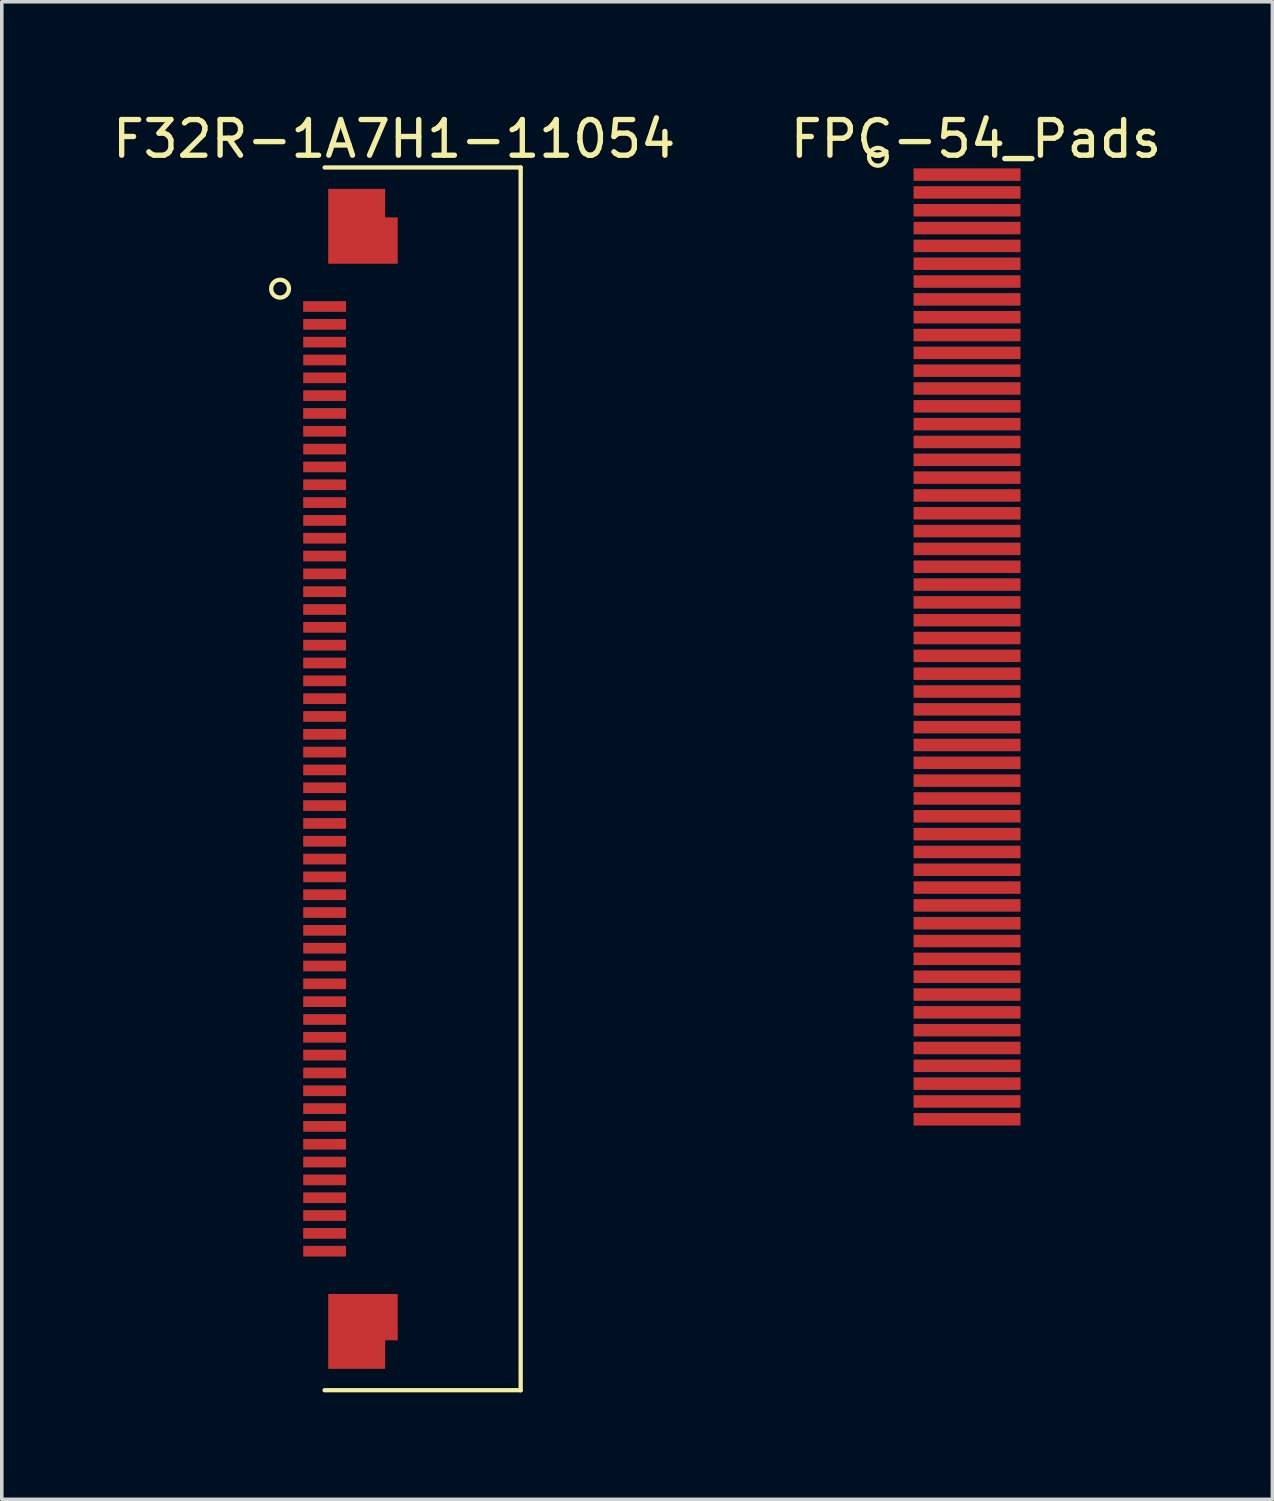
<source format=kicad_pcb>
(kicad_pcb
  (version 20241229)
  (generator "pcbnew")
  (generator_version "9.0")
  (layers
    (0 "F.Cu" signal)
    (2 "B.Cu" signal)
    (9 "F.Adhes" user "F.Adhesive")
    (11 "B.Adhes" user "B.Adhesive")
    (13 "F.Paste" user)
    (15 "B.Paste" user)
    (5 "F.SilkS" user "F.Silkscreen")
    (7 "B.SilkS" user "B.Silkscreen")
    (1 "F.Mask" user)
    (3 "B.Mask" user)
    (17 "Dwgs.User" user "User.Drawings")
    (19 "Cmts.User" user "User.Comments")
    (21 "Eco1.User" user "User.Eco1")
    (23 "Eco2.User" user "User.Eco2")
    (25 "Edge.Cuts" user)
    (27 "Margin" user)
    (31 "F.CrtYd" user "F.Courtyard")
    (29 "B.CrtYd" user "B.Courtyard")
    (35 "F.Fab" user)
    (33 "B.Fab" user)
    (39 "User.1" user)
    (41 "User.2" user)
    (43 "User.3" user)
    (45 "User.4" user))
  (footprint "F32R-1A7H1-11054"
    (layer "F.Cu")
    (at 7.556 18.798)
    (property "Reference" "F32R-1A7H1-11054" (at 0.45 -17.95 0) (layer "F.SilkS") (effects (font (size 1 1) (thickness 0.15))))
    (attr through_hole)
    (fp_line (start -1.5 -17.15) (end 4 -17.15) (stroke (width 0.12) (type solid)) (layer "F.SilkS"))
    (fp_line (start 4 -17.15) (end 4 17.15) (stroke (width 0.12) (type solid)) (layer "F.SilkS"))
    (fp_line (start 4 17.15) (end -1.5 17.15) (stroke (width 0.12) (type solid)) (layer "F.SilkS"))
    (fp_circle (center -2.75 -13.75) (end -2.5 -13.75) (stroke (width 0.12) (type solid)) (fill no) (layer "F.SilkS"))
    (pad "" smd custom (at -0.475 -15.5) (size 0.5 2.1) (layers "F.Cu" "F.Mask" "F.Paste") (options (anchor rect)) (primitives (gr_poly (pts (xy 0.675 -0.25) (xy 1.025 -0.25) (xy 1.025 1.05) (xy -0.925 1.05) (xy -0.925 -1.05) (xy 0.675 -1.05)) (width 0) (fill yes))))
    (pad "" smd custom (at -0.475 15.5 180) (size 0.5 2.1) (layers "F.Cu" "F.Mask" "F.Paste") (options (anchor rect)) (primitives (gr_poly (pts (xy -0.675 -0.25) (xy -1.025 -0.25) (xy -1.025 1.05) (xy 0.925 1.05) (xy 0.925 -1.05) (xy -0.675 -1.05)) (width 0) (fill yes))))
    (pad "1" smd rect (at -1.5 -13.25) (size 1.2 0.3) (layers "F.Cu" "F.Mask" "F.Paste"))
    (pad "2" smd rect (at -1.5 -12.75) (size 1.2 0.3) (layers "F.Cu" "F.Mask" "F.Paste"))
    (pad "3" smd rect (at -1.5 -12.25) (size 1.2 0.3) (layers "F.Cu" "F.Mask" "F.Paste"))
    (pad "4" smd rect (at -1.5 -11.75) (size 1.2 0.3) (layers "F.Cu" "F.Mask" "F.Paste"))
    (pad "5" smd rect (at -1.5 -11.25) (size 1.2 0.3) (layers "F.Cu" "F.Mask" "F.Paste"))
    (pad "6" smd rect (at -1.5 -10.75) (size 1.2 0.3) (layers "F.Cu" "F.Mask" "F.Paste"))
    (pad "7" smd rect (at -1.5 -10.25) (size 1.2 0.3) (layers "F.Cu" "F.Mask" "F.Paste"))
    (pad "8" smd rect (at -1.5 -9.75) (size 1.2 0.3) (layers "F.Cu" "F.Mask" "F.Paste"))
    (pad "9" smd rect (at -1.5 -9.25) (size 1.2 0.3) (layers "F.Cu" "F.Mask" "F.Paste"))
    (pad "10" smd rect (at -1.5 -8.75) (size 1.2 0.3) (layers "F.Cu" "F.Mask" "F.Paste"))
    (pad "11" smd rect (at -1.5 -8.25) (size 1.2 0.3) (layers "F.Cu" "F.Mask" "F.Paste"))
    (pad "12" smd rect (at -1.5 -7.75) (size 1.2 0.3) (layers "F.Cu" "F.Mask" "F.Paste"))
    (pad "13" smd rect (at -1.5 -7.25) (size 1.2 0.3) (layers "F.Cu" "F.Mask" "F.Paste"))
    (pad "14" smd rect (at -1.5 -6.75) (size 1.2 0.3) (layers "F.Cu" "F.Mask" "F.Paste"))
    (pad "15" smd rect (at -1.5 -6.25) (size 1.2 0.3) (layers "F.Cu" "F.Mask" "F.Paste"))
    (pad "16" smd rect (at -1.5 -5.75) (size 1.2 0.3) (layers "F.Cu" "F.Mask" "F.Paste"))
    (pad "17" smd rect (at -1.5 -5.25) (size 1.2 0.3) (layers "F.Cu" "F.Mask" "F.Paste"))
    (pad "18" smd rect (at -1.5 -4.75) (size 1.2 0.3) (layers "F.Cu" "F.Mask" "F.Paste"))
    (pad "19" smd rect (at -1.5 -4.25) (size 1.2 0.3) (layers "F.Cu" "F.Mask" "F.Paste"))
    (pad "20" smd rect (at -1.5 -3.75) (size 1.2 0.3) (layers "F.Cu" "F.Mask" "F.Paste"))
    (pad "21" smd rect (at -1.5 -3.25) (size 1.2 0.3) (layers "F.Cu" "F.Mask" "F.Paste"))
    (pad "22" smd rect (at -1.5 -2.75) (size 1.2 0.3) (layers "F.Cu" "F.Mask" "F.Paste"))
    (pad "23" smd rect (at -1.5 -2.25) (size 1.2 0.3) (layers "F.Cu" "F.Mask" "F.Paste"))
    (pad "24" smd rect (at -1.5 -1.75) (size 1.2 0.3) (layers "F.Cu" "F.Mask" "F.Paste"))
    (pad "25" smd rect (at -1.5 -1.25) (size 1.2 0.3) (layers "F.Cu" "F.Mask" "F.Paste"))
    (pad "26" smd rect (at -1.5 -0.75) (size 1.2 0.3) (layers "F.Cu" "F.Mask" "F.Paste"))
    (pad "27" smd rect (at -1.5 -0.25) (size 1.2 0.3) (layers "F.Cu" "F.Mask" "F.Paste"))
    (pad "28" smd rect (at -1.5 0.25) (size 1.2 0.3) (layers "F.Cu" "F.Mask" "F.Paste"))
    (pad "29" smd rect (at -1.5 0.75) (size 1.2 0.3) (layers "F.Cu" "F.Mask" "F.Paste"))
    (pad "30" smd rect (at -1.5 1.25) (size 1.2 0.3) (layers "F.Cu" "F.Mask" "F.Paste"))
    (pad "31" smd rect (at -1.5 1.75) (size 1.2 0.3) (layers "F.Cu" "F.Mask" "F.Paste"))
    (pad "32" smd rect (at -1.5 2.25) (size 1.2 0.3) (layers "F.Cu" "F.Mask" "F.Paste"))
    (pad "33" smd rect (at -1.5 2.75) (size 1.2 0.3) (layers "F.Cu" "F.Mask" "F.Paste"))
    (pad "34" smd rect (at -1.5 3.25) (size 1.2 0.3) (layers "F.Cu" "F.Mask" "F.Paste"))
    (pad "35" smd rect (at -1.5 3.75) (size 1.2 0.3) (layers "F.Cu" "F.Mask" "F.Paste"))
    (pad "36" smd rect (at -1.5 4.25) (size 1.2 0.3) (layers "F.Cu" "F.Mask" "F.Paste"))
    (pad "37" smd rect (at -1.5 4.75) (size 1.2 0.3) (layers "F.Cu" "F.Mask" "F.Paste"))
    (pad "38" smd rect (at -1.5 5.25) (size 1.2 0.3) (layers "F.Cu" "F.Mask" "F.Paste"))
    (pad "39" smd rect (at -1.5 5.75) (size 1.2 0.3) (layers "F.Cu" "F.Mask" "F.Paste"))
    (pad "40" smd rect (at -1.5 6.25) (size 1.2 0.3) (layers "F.Cu" "F.Mask" "F.Paste"))
    (pad "41" smd rect (at -1.5 6.75) (size 1.2 0.3) (layers "F.Cu" "F.Mask" "F.Paste"))
    (pad "42" smd rect (at -1.5 7.25) (size 1.2 0.3) (layers "F.Cu" "F.Mask" "F.Paste"))
    (pad "43" smd rect (at -1.5 7.75) (size 1.2 0.3) (layers "F.Cu" "F.Mask" "F.Paste"))
    (pad "44" smd rect (at -1.5 8.25) (size 1.2 0.3) (layers "F.Cu" "F.Mask" "F.Paste"))
    (pad "45" smd rect (at -1.5 8.75) (size 1.2 0.3) (layers "F.Cu" "F.Mask" "F.Paste"))
    (pad "46" smd rect (at -1.5 9.25) (size 1.2 0.3) (layers "F.Cu" "F.Mask" "F.Paste"))
    (pad "47" smd rect (at -1.5 9.75) (size 1.2 0.3) (layers "F.Cu" "F.Mask" "F.Paste"))
    (pad "48" smd rect (at -1.5 10.25) (size 1.2 0.3) (layers "F.Cu" "F.Mask" "F.Paste"))
    (pad "49" smd rect (at -1.5 10.75) (size 1.2 0.3) (layers "F.Cu" "F.Mask" "F.Paste"))
    (pad "50" smd rect (at -1.5 11.25) (size 1.2 0.3) (layers "F.Cu" "F.Mask" "F.Paste"))
    (pad "51" smd rect (at -1.5 11.75) (size 1.2 0.3) (layers "F.Cu" "F.Mask" "F.Paste"))
    (pad "52" smd rect (at -1.5 12.25) (size 1.2 0.3) (layers "F.Cu" "F.Mask" "F.Paste"))
    (pad "53" smd rect (at -1.5 12.75) (size 1.2 0.3) (layers "F.Cu" "F.Mask" "F.Paste"))
    (pad "54" smd rect (at -1.5 13.25) (size 1.2 0.3) (layers "F.Cu" "F.Mask" "F.Paste")))
  (footprint "FPC-54_Pads"
    (layer "F.Cu")
    (at 24.077 15.098)
    (property "Reference" "FPC-54_Pads" (at 0.25 -14.25 0) (layer "F.SilkS") (effects (font (size 1 1) (thickness 0.15))))
    (attr through_hole)
    (fp_circle (center -2.5 -13.75) (end -2.25 -13.75) (stroke (width 0.12) (type solid)) (fill no) (layer "F.SilkS"))
    (pad "1" smd rect (at 0 -13.25) (size 3 0.35) (layers "F.Cu" "F.Mask" "F.Paste"))
    (pad "2" smd rect (at 0 -12.75) (size 3 0.35) (layers "F.Cu" "F.Mask" "F.Paste"))
    (pad "3" smd rect (at 0 -12.25) (size 3 0.35) (layers "F.Cu" "F.Mask" "F.Paste"))
    (pad "4" smd rect (at 0 -11.75) (size 3 0.35) (layers "F.Cu" "F.Mask" "F.Paste"))
    (pad "5" smd rect (at 0 -11.25) (size 3 0.35) (layers "F.Cu" "F.Mask" "F.Paste"))
    (pad "6" smd rect (at 0 -10.75) (size 3 0.35) (layers "F.Cu" "F.Mask" "F.Paste"))
    (pad "7" smd rect (at 0 -10.25) (size 3 0.35) (layers "F.Cu" "F.Mask" "F.Paste"))
    (pad "8" smd rect (at 0 -9.75) (size 3 0.35) (layers "F.Cu" "F.Mask" "F.Paste"))
    (pad "9" smd rect (at 0 -9.25) (size 3 0.35) (layers "F.Cu" "F.Mask" "F.Paste"))
    (pad "10" smd rect (at 0 -8.75) (size 3 0.35) (layers "F.Cu" "F.Mask" "F.Paste"))
    (pad "11" smd rect (at 0 -8.25) (size 3 0.35) (layers "F.Cu" "F.Mask" "F.Paste"))
    (pad "12" smd rect (at 0 -7.75) (size 3 0.35) (layers "F.Cu" "F.Mask" "F.Paste"))
    (pad "13" smd rect (at 0 -7.25) (size 3 0.35) (layers "F.Cu" "F.Mask" "F.Paste"))
    (pad "14" smd rect (at 0 -6.75) (size 3 0.35) (layers "F.Cu" "F.Mask" "F.Paste"))
    (pad "15" smd rect (at 0 -6.25) (size 3 0.35) (layers "F.Cu" "F.Mask" "F.Paste"))
    (pad "16" smd rect (at 0 -5.75) (size 3 0.35) (layers "F.Cu" "F.Mask" "F.Paste"))
    (pad "17" smd rect (at 0 -5.25) (size 3 0.35) (layers "F.Cu" "F.Mask" "F.Paste"))
    (pad "18" smd rect (at 0 -4.75) (size 3 0.35) (layers "F.Cu" "F.Mask" "F.Paste"))
    (pad "19" smd rect (at 0 -4.25) (size 3 0.35) (layers "F.Cu" "F.Mask" "F.Paste"))
    (pad "20" smd rect (at 0 -3.75) (size 3 0.35) (layers "F.Cu" "F.Mask" "F.Paste"))
    (pad "21" smd rect (at 0 -3.25) (size 3 0.35) (layers "F.Cu" "F.Mask" "F.Paste"))
    (pad "22" smd rect (at 0 -2.75) (size 3 0.35) (layers "F.Cu" "F.Mask" "F.Paste"))
    (pad "23" smd rect (at 0 -2.25) (size 3 0.35) (layers "F.Cu" "F.Mask" "F.Paste"))
    (pad "24" smd rect (at 0 -1.75) (size 3 0.35) (layers "F.Cu" "F.Mask" "F.Paste"))
    (pad "25" smd rect (at 0 -1.25) (size 3 0.35) (layers "F.Cu" "F.Mask" "F.Paste"))
    (pad "26" smd rect (at 0 -0.75) (size 3 0.35) (layers "F.Cu" "F.Mask" "F.Paste"))
    (pad "27" smd rect (at 0 -0.25) (size 3 0.35) (layers "F.Cu" "F.Mask" "F.Paste"))
    (pad "28" smd rect (at 0 0.25) (size 3 0.35) (layers "F.Cu" "F.Mask" "F.Paste"))
    (pad "29" smd rect (at 0 0.75) (size 3 0.35) (layers "F.Cu" "F.Mask" "F.Paste"))
    (pad "30" smd rect (at 0 1.25) (size 3 0.35) (layers "F.Cu" "F.Mask" "F.Paste"))
    (pad "31" smd rect (at 0 1.75) (size 3 0.35) (layers "F.Cu" "F.Mask" "F.Paste"))
    (pad "32" smd rect (at 0 2.25) (size 3 0.35) (layers "F.Cu" "F.Mask" "F.Paste"))
    (pad "33" smd rect (at 0 2.75) (size 3 0.35) (layers "F.Cu" "F.Mask" "F.Paste"))
    (pad "34" smd rect (at 0 3.25) (size 3 0.35) (layers "F.Cu" "F.Mask" "F.Paste"))
    (pad "35" smd rect (at 0 3.75) (size 3 0.35) (layers "F.Cu" "F.Mask" "F.Paste"))
    (pad "36" smd rect (at 0 4.25) (size 3 0.35) (layers "F.Cu" "F.Mask" "F.Paste"))
    (pad "37" smd rect (at 0 4.75) (size 3 0.35) (layers "F.Cu" "F.Mask" "F.Paste"))
    (pad "38" smd rect (at 0 5.25) (size 3 0.35) (layers "F.Cu" "F.Mask" "F.Paste"))
    (pad "39" smd rect (at 0 5.75) (size 3 0.35) (layers "F.Cu" "F.Mask" "F.Paste"))
    (pad "40" smd rect (at 0 6.25) (size 3 0.35) (layers "F.Cu" "F.Mask" "F.Paste"))
    (pad "41" smd rect (at 0 6.75) (size 3 0.35) (layers "F.Cu" "F.Mask" "F.Paste"))
    (pad "42" smd rect (at 0 7.25) (size 3 0.35) (layers "F.Cu" "F.Mask" "F.Paste"))
    (pad "43" smd rect (at 0 7.75) (size 3 0.35) (layers "F.Cu" "F.Mask" "F.Paste"))
    (pad "44" smd rect (at 0 8.25) (size 3 0.35) (layers "F.Cu" "F.Mask" "F.Paste"))
    (pad "45" smd rect (at 0 8.75) (size 3 0.35) (layers "F.Cu" "F.Mask" "F.Paste"))
    (pad "46" smd rect (at 0 9.25) (size 3 0.35) (layers "F.Cu" "F.Mask" "F.Paste"))
    (pad "47" smd rect (at 0 9.75) (size 3 0.35) (layers "F.Cu" "F.Mask" "F.Paste"))
    (pad "48" smd rect (at 0 10.25) (size 3 0.35) (layers "F.Cu" "F.Mask" "F.Paste"))
    (pad "49" smd rect (at 0 10.75) (size 3 0.35) (layers "F.Cu" "F.Mask" "F.Paste"))
    (pad "50" smd rect (at 0 11.25) (size 3 0.35) (layers "F.Cu" "F.Mask" "F.Paste"))
    (pad "51" smd rect (at 0 11.75) (size 3 0.35) (layers "F.Cu" "F.Mask" "F.Paste"))
    (pad "52" smd rect (at 0 12.25) (size 3 0.35) (layers "F.Cu" "F.Mask" "F.Paste"))
    (pad "53" smd rect (at 0 12.75) (size 3 0.35) (layers "F.Cu" "F.Mask" "F.Paste"))
    (pad "54" smd rect (at 0 13.25) (size 3 0.35) (layers "F.Cu" "F.Mask" "F.Paste")))
  (gr_rect
    (start -3 -3)
    (end 32.643 39.008)
    (stroke (width 0.1) (type default))
    (fill no)
    (layer "Edge.Cuts")))
</source>
